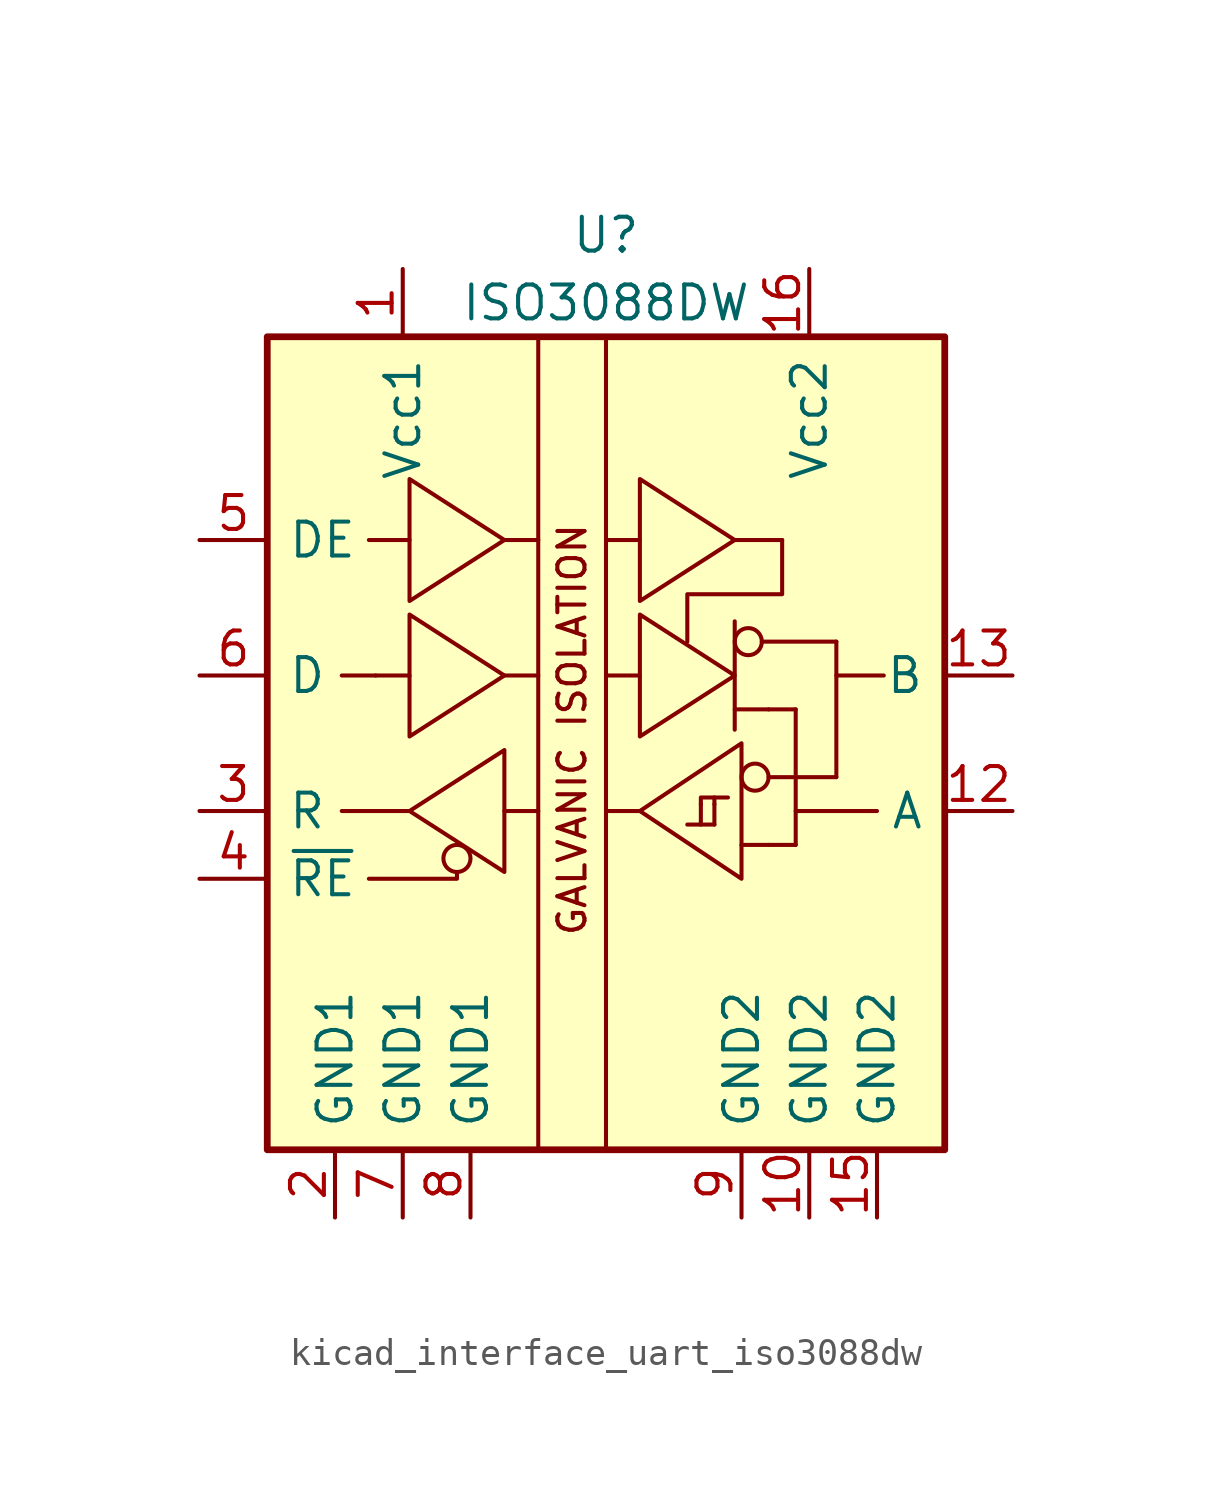
<source format=kicad_sym>
(kicad_symbol_lib
  (version 20220914)
  (generator kicad_symbol_editor)
  (symbol "kicad_interface_uart_iso3088dw"
    (pin_names
      (offset 0.762))
    (property "Reference" "U"
      (at 0 19.05 0)
      (effects (font (size 1.27 1.27))))
    (property "Value" "ISO3088DW"
      (at 0 16.51 0)
      (effects (font (size 1.27 1.27))))
    (symbol "kicad_interface_uart_iso3088dw_0_0"
      (rectangle (start -12.7 15.24) (end 12.7 -15.24) (stroke (width 0.254) (type default)) (fill (type background)))
      (polyline (pts (xy -8.636 2.54) (xy -9.906 2.54)) (stroke (width 0) (type default)) (fill (type none)))
      (polyline (pts (xy -7.62 7.62) (xy -8.89 7.62)) (stroke (width 0) (type default)) (fill (type none)))
      (polyline (pts (xy -7.366 7.62) (xy -7.62 7.62)) (stroke (width 0) (type default)) (fill (type none)))
      (polyline (pts (xy -2.54 15.24) (xy -2.54 -15.24)) (stroke (width 0) (type default)) (fill (type none)))
      (polyline (pts (xy 0 15.24) (xy 0 -15.24)) (stroke (width 0) (type default)) (fill (type none)))
      (polyline (pts (xy -7.366 4.826) (xy -7.366 0.254) (xy -3.81 2.54) (xy -7.366 4.826)) (stroke (width 0) (type default)) (fill (type none)))
      (polyline (pts (xy -7.366 9.906) (xy -7.366 5.334) (xy -3.81 7.62) (xy -7.366 9.906)) (stroke (width 0) (type default)) (fill (type none)))
      (polyline (pts (xy -3.81 -0.254) (xy -3.81 -4.826) (xy -7.366 -2.54) (xy -3.81 -0.254)) (stroke (width 0) (type default)) (fill (type none)))
      (polyline (pts (xy 1.27 9.906) (xy 1.27 5.334) (xy 4.826 7.62) (xy 1.27 9.906)) (stroke (width 0) (type default)) (fill (type none)))
      (text "GALVANIC ISOLATION" (at -1.27 0.508 900) (effects (font (size 1.016 1.016)))))
    (symbol "kicad_interface_uart_iso3088dw_0_1"
      (circle (center -5.588 -4.318) (radius 0.508) (stroke (width 0) (type default)) (fill (type none)))
      (polyline (pts (xy -7.366 -2.54) (xy -9.906 -2.54)) (stroke (width 0) (type default)) (fill (type none)))
      (polyline (pts (xy -7.366 2.54) (xy -8.636 2.54)) (stroke (width 0) (type default)) (fill (type none)))
      (polyline (pts (xy -3.81 -2.54) (xy -2.54 -2.54)) (stroke (width 0) (type default)) (fill (type none)))
      (polyline (pts (xy -3.81 2.54) (xy -2.54 2.54)) (stroke (width 0) (type default)) (fill (type none)))
      (polyline (pts (xy -3.81 7.62) (xy -2.54 7.62)) (stroke (width 0) (type default)) (fill (type none)))
      (polyline (pts (xy 0 -2.54) (xy 1.27 -2.54)) (stroke (width 0) (type default)) (fill (type none)))
      (polyline (pts (xy 0 2.54) (xy 1.27 2.54)) (stroke (width 0) (type default)) (fill (type none)))
      (polyline (pts (xy 0 7.62) (xy 1.27 7.62)) (stroke (width 0) (type default)) (fill (type none)))
      (polyline (pts (xy 3.556 -2.286) (xy 3.556 -3.048)) (stroke (width 0) (type default)) (fill (type none)))
      (polyline (pts (xy 4.064 -3.048) (xy 3.048 -3.048)) (stroke (width 0) (type default)) (fill (type none)))
      (polyline (pts (xy 4.064 -2.286) (xy 4.064 -3.048)) (stroke (width 0) (type default)) (fill (type none)))
      (polyline (pts (xy 4.064 -2.286) (xy 4.064 -2.032)) (stroke (width 0) (type default)) (fill (type none)))
      (polyline (pts (xy 4.826 1.27) (xy 6.096 1.27)) (stroke (width 0) (type default)) (fill (type none)))
      (polyline (pts (xy 4.826 4.572) (xy 4.826 0.508)) (stroke (width 0) (type default)) (fill (type none)))
      (polyline (pts (xy 4.826 7.62) (xy 6.604 7.62)) (stroke (width 0) (type default)) (fill (type none)))
      (polyline (pts (xy 5.08 -3.81) (xy 6.096 -3.81)) (stroke (width 0) (type default)) (fill (type none)))
      (polyline (pts (xy 5.842 3.81) (xy 8.636 3.81)) (stroke (width 0) (type default)) (fill (type none)))
      (polyline (pts (xy 6.096 -1.27) (xy 8.636 -1.27)) (stroke (width 0) (type default)) (fill (type none)))
      (polyline (pts (xy 6.096 1.27) (xy 7.112 1.27)) (stroke (width 0) (type default)) (fill (type none)))
      (polyline (pts (xy 7.112 -3.81) (xy 6.096 -3.81)) (stroke (width 0) (type default)) (fill (type none)))
      (polyline (pts (xy 7.112 1.27) (xy 7.112 -3.81)) (stroke (width 0) (type default)) (fill (type none)))
      (polyline (pts (xy 8.636 -1.27) (xy 8.636 3.81)) (stroke (width 0) (type default)) (fill (type none)))
      (polyline (pts (xy 8.636 2.54) (xy 10.414 2.54)) (stroke (width 0) (type default)) (fill (type none)))
      (polyline (pts (xy -8.89 -5.08) (xy -5.588 -5.08) (xy -5.588 -4.826)) (stroke (width 0) (type default)) (fill (type none)))
      (polyline (pts (xy 3.556 -2.286) (xy 3.556 -2.032) (xy 4.572 -2.032)) (stroke (width 0) (type default)) (fill (type none)))
      (polyline (pts (xy 10.16 -2.54) (xy 8.89 -2.54) (xy 7.112 -2.54)) (stroke (width 0) (type default)) (fill (type none)))
      (polyline (pts (xy 1.27 -2.54) (xy 5.08 0) (xy 5.08 -5.08) (xy 1.27 -2.54)) (stroke (width 0) (type default)) (fill (type none)))
      (polyline (pts (xy 6.604 7.62) (xy 6.604 5.588) (xy 3.048 5.588) (xy 3.048 3.81)) (stroke (width 0) (type default)) (fill (type none)))
      (circle (center 5.334 3.81) (radius 0.508) (stroke (width 0) (type default)) (fill (type none)))
      (circle (center 5.588 -1.27) (radius 0.508) (stroke (width 0) (type default)) (fill (type none))))
    (symbol "kicad_interface_uart_iso3088dw_1_0"
      (polyline (pts (xy 1.27 4.826) (xy 1.27 0.254) (xy 4.826 2.54) (xy 1.27 4.826)) (stroke (width 0) (type default)) (fill (type none))))
    (symbol "kicad_interface_uart_iso3088dw_1_1"
      (pin power_in line (at -7.62 17.78 270) (length 2.54) (name "Vcc1" (effects (font (size 1.27 1.27)))) (number "1" (effects (font (size 1.27 1.27)))))
      (pin power_in line (at 7.62 -17.78 90) (length 2.54) (name "GND2" (effects (font (size 1.27 1.27)))) (number "10" (effects (font (size 1.27 1.27)))))
      (pin no_connect line (at 12.7 10.16 180) (length 2.54) hide (name "NC" (effects (font (size 1.27 1.27)))) (number "11" (effects (font (size 1.27 1.27)))))
      (pin bidirectional line (at 15.24 -2.54 180) (length 2.54) (name "A" (effects (font (size 1.27 1.27)))) (number "12" (effects (font (size 1.27 1.27)))))
      (pin bidirectional line (at 15.24 2.54 180) (length 2.54) (name "B" (effects (font (size 1.27 1.27)))) (number "13" (effects (font (size 1.27 1.27)))))
      (pin no_connect line (at 12.7 7.62 180) (length 2.54) hide (name "NC" (effects (font (size 1.27 1.27)))) (number "14" (effects (font (size 1.27 1.27)))))
      (pin power_in line (at 10.16 -17.78 90) (length 2.54) (name "GND2" (effects (font (size 1.27 1.27)))) (number "15" (effects (font (size 1.27 1.27)))))
      (pin power_in line (at 7.62 17.78 270) (length 2.54) (name "Vcc2" (effects (font (size 1.27 1.27)))) (number "16" (effects (font (size 1.27 1.27)))))
      (pin power_in line (at -10.16 -17.78 90) (length 2.54) (name "GND1" (effects (font (size 1.27 1.27)))) (number "2" (effects (font (size 1.27 1.27)))))
      (pin output line (at -15.24 -2.54 0) (length 2.54) (name "R" (effects (font (size 1.27 1.27)))) (number "3" (effects (font (size 1.27 1.27)))))
      (pin input line (at -15.24 -5.08 0) (length 2.54) (name "~{RE}" (effects (font (size 1.27 1.27)))) (number "4" (effects (font (size 1.27 1.27)))))
      (pin input line (at -15.24 7.62 0) (length 2.54) (name "DE" (effects (font (size 1.27 1.27)))) (number "5" (effects (font (size 1.27 1.27)))))
      (pin input line (at -15.24 2.54 0) (length 2.54) (name "D" (effects (font (size 1.27 1.27)))) (number "6" (effects (font (size 1.27 1.27)))))
      (pin power_in line (at -7.62 -17.78 90) (length 2.54) (name "GND1" (effects (font (size 1.27 1.27)))) (number "7" (effects (font (size 1.27 1.27)))))
      (pin power_in line (at -5.08 -17.78 90) (length 2.54) (name "GND1" (effects (font (size 1.27 1.27)))) (number "8" (effects (font (size 1.27 1.27)))))
      (pin power_in line (at 5.08 -17.78 90) (length 2.54) (name "GND2" (effects (font (size 1.27 1.27)))) (number "9" (effects (font (size 1.27 1.27))))))))
</source>
